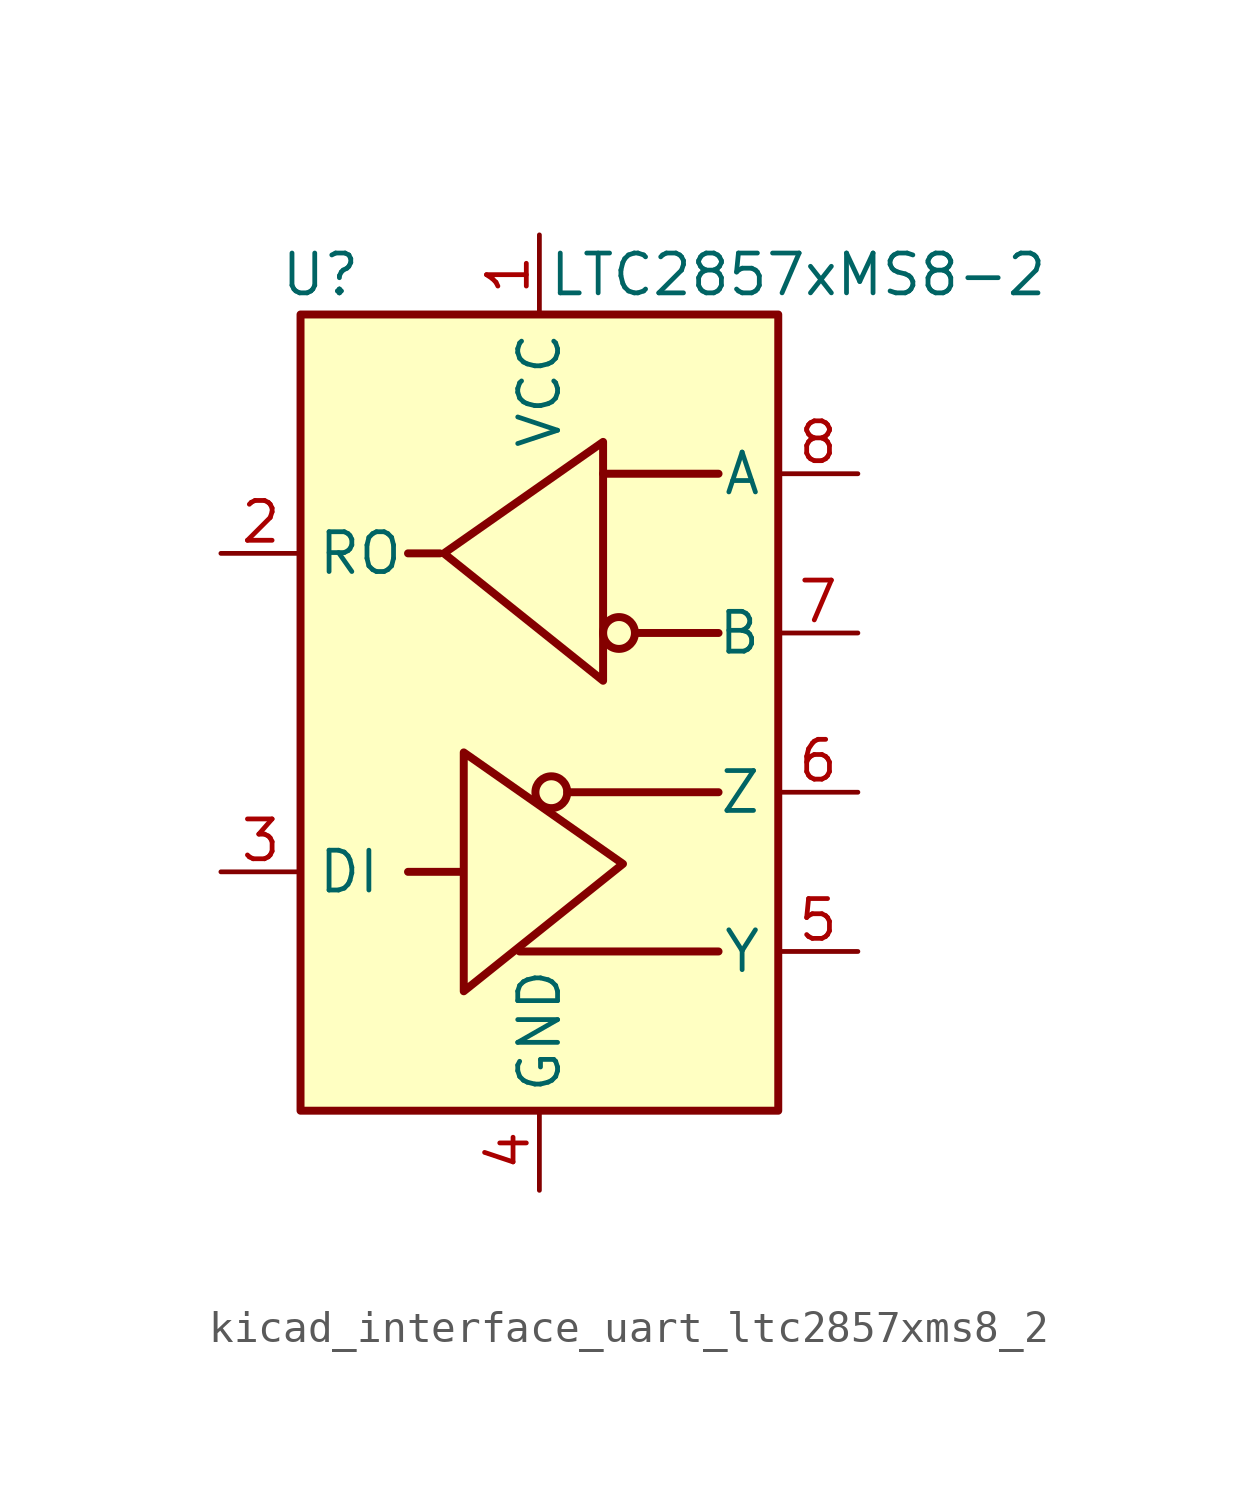
<source format=kicad_sym>
(kicad_symbol_lib
  (version 20220914)
  (generator kicad_symbol_editor)
  (symbol "kicad_interface_uart_ltc2857xms8_2"
    (property "Reference" "U"
      (at -6.985 13.97 0)
      (effects (font (size 1.27 1.27))))
    (property "Value" "LTC2857xMS8-2"
      (at 8.255 13.97 0)
      (effects (font (size 1.27 1.27))))
    (symbol "kicad_interface_uart_ltc2857xms8_2_0_1"
      (rectangle (start -7.62 12.7) (end 7.62 -12.7) (stroke (width 0.254) (type default)) (fill (type background))))
    (symbol "kicad_interface_uart_ltc2857xms8_2_1_1"
      (polyline (pts (xy -2.54 -5.08) (xy -4.191 -5.08)) (stroke (width 0.254) (type default)) (fill (type none)))
      (polyline (pts (xy -0.635 -7.62) (xy 5.715 -7.62)) (stroke (width 0.254) (type default)) (fill (type none)))
      (polyline (pts (xy 0.889 -2.54) (xy 5.715 -2.54)) (stroke (width 0.254) (type default)) (fill (type none)))
      (polyline (pts (xy 2.032 7.62) (xy 5.715 7.62)) (stroke (width 0.254) (type default)) (fill (type none)))
      (polyline (pts (xy 3.048 2.54) (xy 5.715 2.54)) (stroke (width 0.254) (type default)) (fill (type none)))
      (polyline (pts (xy -3.175 5.08) (xy -4.191 5.08) (xy -4.064 5.08)) (stroke (width 0.254) (type default)) (fill (type none)))
      (polyline (pts (xy -2.413 -5.08) (xy -2.413 -1.27) (xy 2.667 -4.826) (xy -2.413 -8.89) (xy -2.413 -5.08)) (stroke (width 0.254) (type default)) (fill (type none)))
      (polyline (pts (xy 2.032 4.826) (xy 2.032 8.636) (xy -3.048 5.08) (xy 2.032 1.016) (xy 2.032 4.826)) (stroke (width 0.254) (type default)) (fill (type none)))
      (circle (center 0.381 -2.54) (radius 0.508) (stroke (width 0.254) (type default)) (fill (type none)))
      (circle (center 2.54 2.54) (radius 0.508) (stroke (width 0.254) (type default)) (fill (type none)))
      (pin power_in line (at 0 15.24 270) (length 2.54) (name "VCC" (effects (font (size 1.27 1.27)))) (number "1" (effects (font (size 1.27 1.27)))))
      (pin output line (at -10.16 5.08 0) (length 2.54) (name "RO" (effects (font (size 1.27 1.27)))) (number "2" (effects (font (size 1.27 1.27)))))
      (pin input line (at -10.16 -5.08 0) (length 2.54) (name "DI" (effects (font (size 1.27 1.27)))) (number "3" (effects (font (size 1.27 1.27)))))
      (pin power_in line (at 0 -15.24 90) (length 2.54) (name "GND" (effects (font (size 1.27 1.27)))) (number "4" (effects (font (size 1.27 1.27)))))
      (pin output line (at 10.16 -7.62 180) (length 2.54) (name "Y" (effects (font (size 1.27 1.27)))) (number "5" (effects (font (size 1.27 1.27)))))
      (pin output line (at 10.16 -2.54 180) (length 2.54) (name "Z" (effects (font (size 1.27 1.27)))) (number "6" (effects (font (size 1.27 1.27)))))
      (pin input line (at 10.16 2.54 180) (length 2.54) (name "B" (effects (font (size 1.27 1.27)))) (number "7" (effects (font (size 1.27 1.27)))))
      (pin input line (at 10.16 7.62 180) (length 2.54) (name "A" (effects (font (size 1.27 1.27)))) (number "8" (effects (font (size 1.27 1.27))))))))
</source>
